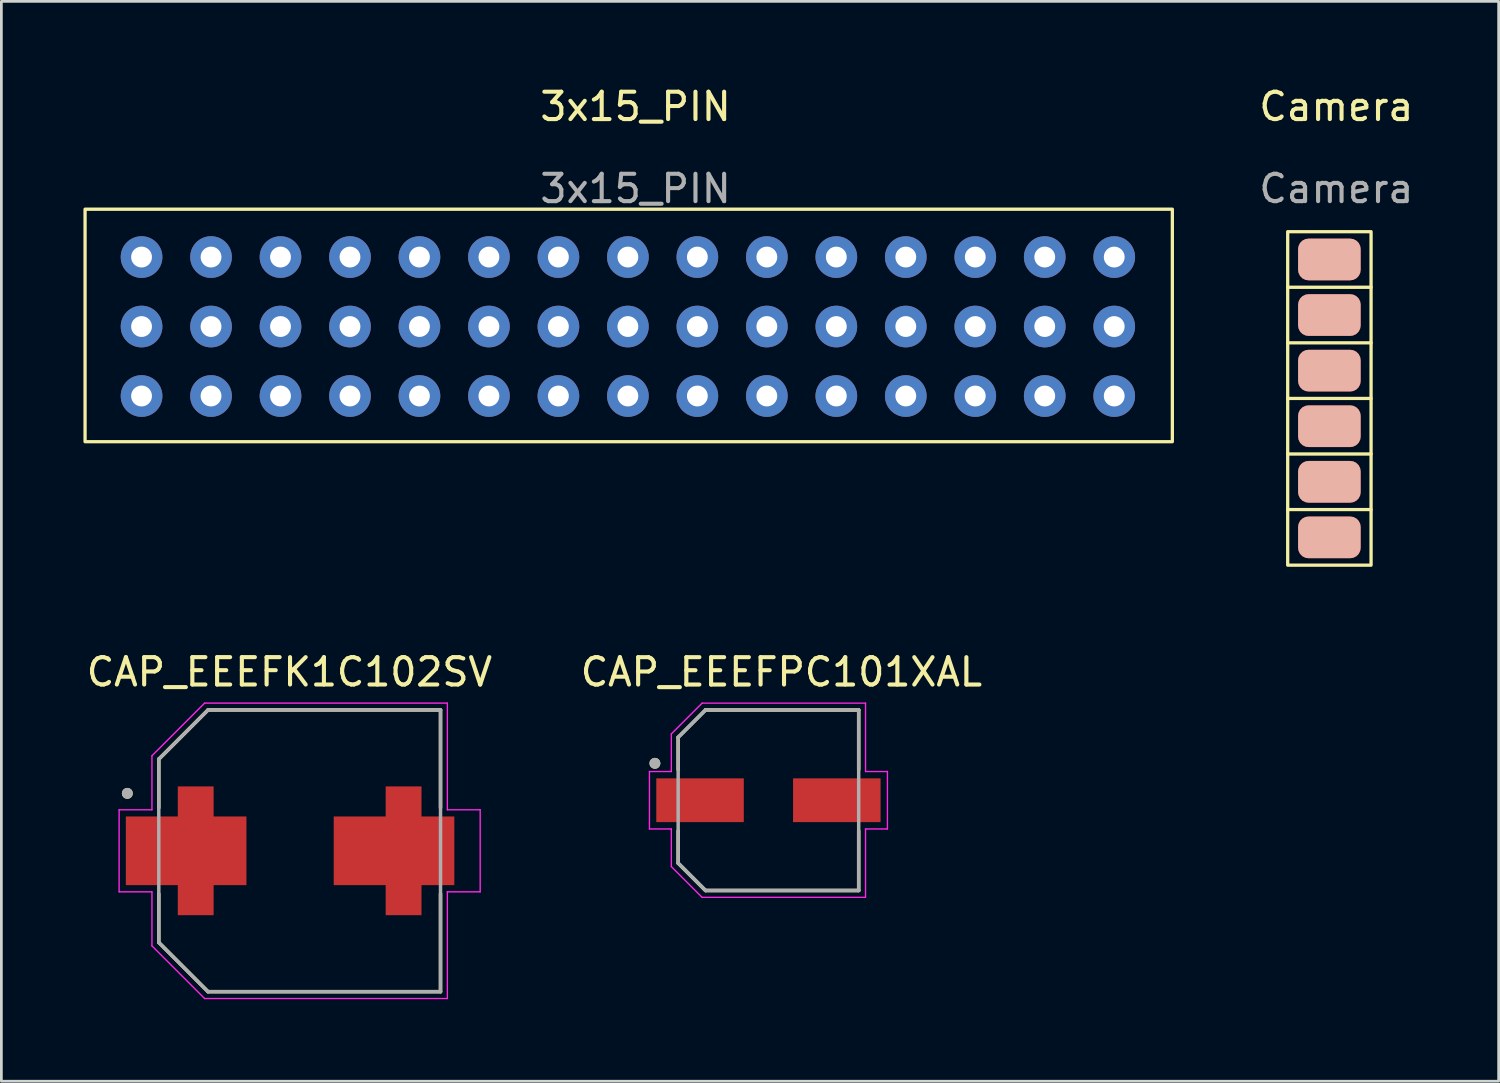
<source format=kicad_pcb>
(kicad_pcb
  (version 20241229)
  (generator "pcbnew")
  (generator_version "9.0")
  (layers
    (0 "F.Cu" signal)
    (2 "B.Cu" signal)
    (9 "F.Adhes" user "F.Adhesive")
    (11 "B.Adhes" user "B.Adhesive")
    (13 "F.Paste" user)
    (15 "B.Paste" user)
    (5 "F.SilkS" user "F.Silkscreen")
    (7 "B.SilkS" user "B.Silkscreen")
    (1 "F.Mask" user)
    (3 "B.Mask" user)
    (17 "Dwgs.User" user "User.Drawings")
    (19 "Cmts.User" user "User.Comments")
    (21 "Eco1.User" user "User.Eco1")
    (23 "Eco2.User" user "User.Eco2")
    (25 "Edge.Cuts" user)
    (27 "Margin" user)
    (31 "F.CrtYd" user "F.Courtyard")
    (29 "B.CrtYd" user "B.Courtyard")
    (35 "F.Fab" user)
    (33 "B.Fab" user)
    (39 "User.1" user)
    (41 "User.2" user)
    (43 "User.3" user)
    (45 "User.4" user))
  (footprint "CAP_EEEFK1C102SV"
    (layer "F.Cu")
    (at 7.905 28.055)
    (property "Reference" "CAP_EEEFK1C102SV" (at -0.375 -6.535 0) (layer "F.SilkS") (effects (font (size 1 1) (thickness 0.15))))
    (attr through_hole)
    (fp_poly (pts (xy -4.55 2.45) (xy -4.55 1.35) (xy -6.45 1.35) (xy -6.45 -1.35) (xy -4.55 -1.35) (xy -4.55 -2.45) (xy -3.05 -2.45) (xy -3.05 -1.35) (xy -1.85 -1.35) (xy -1.85 1.35) (xy -3.05 1.35) (xy -3.05 2.45)) (stroke (width 0.01) (type solid)) (fill yes) (layer "F.Mask"))
    (fp_poly (pts (xy 4.55 2.45) (xy 4.55 1.35) (xy 6.45 1.35) (xy 6.45 -1.35) (xy 4.55 -1.35) (xy 4.55 -2.45) (xy 3.05 -2.45) (xy 3.05 -1.35) (xy 1.85 -1.35) (xy 1.85 1.35) (xy 3.05 1.35) (xy 3.05 2.45)) (stroke (width 0.01) (type solid)) (fill yes) (layer "F.Mask"))
    (fp_line (start -5.15 -3.35) (end -5.15 -1.57) (stroke (width 0.127) (type solid)) (layer "F.SilkS"))
    (fp_line (start -5.15 1.57) (end -5.15 3.35) (stroke (width 0.127) (type solid)) (layer "F.SilkS"))
    (fp_line (start -5.15 3.35) (end -3.35 5.15) (stroke (width 0.127) (type solid)) (layer "F.SilkS"))
    (fp_line (start -3.35 -5.15) (end -5.15 -3.35) (stroke (width 0.127) (type solid)) (layer "F.SilkS"))
    (fp_line (start -3.35 5.15) (end 5.15 5.15) (stroke (width 0.127) (type solid)) (layer "F.SilkS"))
    (fp_line (start 5.15 -5.15) (end -3.35 -5.15) (stroke (width 0.127) (type solid)) (layer "F.SilkS"))
    (fp_line (start 5.15 -1.57) (end 5.15 -5.15) (stroke (width 0.127) (type solid)) (layer "F.SilkS"))
    (fp_line (start 5.15 5.15) (end 5.15 1.57) (stroke (width 0.127) (type solid)) (layer "F.SilkS"))
    (fp_circle (center -6.3 -2.1) (end -6.2 -2.1) (stroke (width 0.2) (type solid)) (fill no) (layer "F.SilkS"))
    (fp_poly (pts (xy -4.45 2.35) (xy -4.45 1.25) (xy -6.35 1.25) (xy -6.35 -1.25) (xy -4.45 -1.25) (xy -4.45 -2.35) (xy -3.15 -2.35) (xy -3.15 -1.25) (xy -1.95 -1.25) (xy -1.95 1.25) (xy -3.15 1.25) (xy -3.15 2.35)) (stroke (width 0.01) (type solid)) (fill yes) (layer "F.Paste"))
    (fp_poly (pts (xy 4.45 2.35) (xy 4.45 1.25) (xy 6.35 1.25) (xy 6.35 -1.25) (xy 4.45 -1.25) (xy 4.45 -2.35) (xy 3.15 -2.35) (xy 3.15 -1.25) (xy 1.95 -1.25) (xy 1.95 1.25) (xy 3.15 1.25) (xy 3.15 2.35)) (stroke (width 0.01) (type solid)) (fill yes) (layer "F.Paste"))
    (fp_line (start -6.6 -1.5) (end -5.4 -1.5) (stroke (width 0.05) (type solid)) (layer "F.CrtYd"))
    (fp_line (start -6.6 1.5) (end -6.6 -1.5) (stroke (width 0.05) (type solid)) (layer "F.CrtYd"))
    (fp_line (start -5.4 -3.475) (end -3.475 -5.4) (stroke (width 0.05) (type solid)) (layer "F.CrtYd"))
    (fp_line (start -5.4 -1.5) (end -5.4 -3.475) (stroke (width 0.05) (type solid)) (layer "F.CrtYd"))
    (fp_line (start -5.4 1.5) (end -6.6 1.5) (stroke (width 0.05) (type solid)) (layer "F.CrtYd"))
    (fp_line (start -5.4 3.475) (end -5.4 1.5) (stroke (width 0.05) (type solid)) (layer "F.CrtYd"))
    (fp_line (start -3.475 -5.4) (end 5.4 -5.4) (stroke (width 0.05) (type solid)) (layer "F.CrtYd"))
    (fp_line (start -3.475 5.4) (end -5.4 3.475) (stroke (width 0.05) (type solid)) (layer "F.CrtYd"))
    (fp_line (start 5.4 -5.4) (end 5.4 -1.5) (stroke (width 0.05) (type solid)) (layer "F.CrtYd"))
    (fp_line (start 5.4 -1.5) (end 6.6 -1.5) (stroke (width 0.05) (type solid)) (layer "F.CrtYd"))
    (fp_line (start 5.4 1.5) (end 5.4 5.4) (stroke (width 0.05) (type solid)) (layer "F.CrtYd"))
    (fp_line (start 5.4 5.4) (end -3.475 5.4) (stroke (width 0.05) (type solid)) (layer "F.CrtYd"))
    (fp_line (start 6.6 -1.5) (end 6.6 1.5) (stroke (width 0.05) (type solid)) (layer "F.CrtYd"))
    (fp_line (start 6.6 1.5) (end 5.4 1.5) (stroke (width 0.05) (type solid)) (layer "F.CrtYd"))
    (fp_line (start -5.15 -3.35) (end -5.15 3.35) (stroke (width 0.127) (type solid)) (layer "F.Fab"))
    (fp_line (start -5.15 3.35) (end -3.35 5.15) (stroke (width 0.127) (type solid)) (layer "F.Fab"))
    (fp_line (start -3.35 -5.15) (end -5.15 -3.35) (stroke (width 0.127) (type solid)) (layer "F.Fab"))
    (fp_line (start -3.35 5.15) (end 5.15 5.15) (stroke (width 0.127) (type solid)) (layer "F.Fab"))
    (fp_line (start 5.15 -5.15) (end -3.35 -5.15) (stroke (width 0.127) (type solid)) (layer "F.Fab"))
    (fp_line (start 5.15 5.15) (end 5.15 -5.15) (stroke (width 0.127) (type solid)) (layer "F.Fab"))
    (fp_circle (center -6.3 -2.1) (end -6.2 -2.1) (stroke (width 0.2) (type solid)) (fill no) (layer "F.Fab"))
    (pad "1" smd custom (at -3.8 0) (size 2 2) (layers "F.Cu") (options (anchor rect)) (primitives (gr_poly (pts (xy -0.65 2.35) (xy -0.65 1.25) (xy -2.55 1.25) (xy -2.55 -1.25) (xy -0.65 -1.25) (xy -0.65 -2.35) (xy 0.65 -2.35) (xy 0.65 -1.25) (xy 1.85 -1.25) (xy 1.85 1.25) (xy 0.65 1.25) (xy 0.65 2.35)) (width 0.01) (fill yes))))
    (pad "2" smd custom (at 3.8 0 180) (size 2 2) (layers "F.Cu") (options (anchor rect)) (primitives (gr_poly (pts (xy 0.65 2.35) (xy 0.65 1.25) (xy 2.55 1.25) (xy 2.55 -1.25) (xy 0.65 -1.25) (xy 0.65 -2.35) (xy -0.65 -2.35) (xy -0.65 -1.25) (xy -1.85 -1.25) (xy -1.85 1.25) (xy -0.65 1.25) (xy -0.65 2.35)) (width 0.01) (fill yes)))))
  (footprint "Camera"
    (layer "F.Cu")
    (at 45.805 12.786)
    (property "Reference" "Camera" (at 0 -11.938 0) (unlocked yes) (layer "F.SilkS") (effects (font (size 1 1) (thickness 0.15))))
    (attr smd)
    (fp_line (start -1.778 -5.334) (end 1.27 -5.334) (stroke (width 0.12) (type solid)) (layer "F.SilkS"))
    (fp_line (start -1.778 -1.27) (end 1.27 -1.27) (stroke (width 0.12) (type solid)) (layer "F.SilkS"))
    (fp_line (start -1.778 2.794) (end 1.27 2.794) (stroke (width 0.12) (type solid)) (layer "F.SilkS"))
    (fp_line (start 1.27 -3.302) (end -1.778 -3.302) (stroke (width 0.12) (type solid)) (layer "F.SilkS"))
    (fp_line (start 1.27 0.762) (end -1.778 0.762) (stroke (width 0.12) (type solid)) (layer "F.SilkS"))
    (fp_rect (start -1.778 -7.366) (end 1.27 4.826) (stroke (width 0.12) (type solid)) (fill no) (layer "F.SilkS"))
    (fp_text user "${REFERENCE}" (at 0 -8.938 0) (unlocked yes) (layer "F.Fab") (effects (font (size 1 1) (thickness 0.15))))
    (pad "1" smd roundrect (at -0.254 -6.35) (size 2.286 1.524) (layers "F.Cu" "F.Mask" "B.SilkS" "F.Paste") (roundrect_rratio 0.25))
    (pad "2" smd roundrect (at -0.254 -4.318) (size 2.286 1.524) (layers "F.Cu" "F.Mask" "B.SilkS" "F.Paste") (roundrect_rratio 0.25))
    (pad "3" smd roundrect (at -0.254 -2.286) (size 2.286 1.524) (layers "F.Cu" "F.Mask" "B.SilkS" "F.Paste") (roundrect_rratio 0.25))
    (pad "4" smd roundrect (at -0.254 -0.254) (size 2.286 1.524) (layers "F.Cu" "F.Mask" "B.SilkS" "F.Paste") (roundrect_rratio 0.25))
    (pad "5" smd roundrect (at -0.254 1.778) (size 2.286 1.524) (layers "F.Cu" "F.Mask" "B.SilkS" "F.Paste") (roundrect_rratio 0.25))
    (pad "6" smd roundrect (at -0.254 3.81) (size 2.286 1.524) (layers "F.Cu" "F.Mask" "B.SilkS" "F.Paste") (roundrect_rratio 0.25)))
  (footprint "CAP_EEEFPC101XAL"
    (layer "F.Cu")
    (at 25.043 26.206)
    (property "Reference" "CAP_EEEFPC101XAL" (at 0.475 -4.685 0) (layer "F.SilkS") (effects (font (size 1 1) (thickness 0.15))))
    (attr through_hole)
    (fp_line (start -3.3 -2.3) (end -3.3 -1.12) (stroke (width 0.127) (type solid)) (layer "F.SilkS"))
    (fp_line (start -3.3 1.12) (end -3.3 2.3) (stroke (width 0.127) (type solid)) (layer "F.SilkS"))
    (fp_line (start -3.3 2.3) (end -2.3 3.3) (stroke (width 0.127) (type solid)) (layer "F.SilkS"))
    (fp_line (start -2.3 -3.3) (end -3.3 -2.3) (stroke (width 0.127) (type solid)) (layer "F.SilkS"))
    (fp_line (start -2.3 3.3) (end 3.3 3.3) (stroke (width 0.127) (type solid)) (layer "F.SilkS"))
    (fp_line (start 3.3 -3.3) (end -2.3 -3.3) (stroke (width 0.127) (type solid)) (layer "F.SilkS"))
    (fp_line (start 3.3 -1.12) (end 3.3 -3.3) (stroke (width 0.127) (type solid)) (layer "F.SilkS"))
    (fp_line (start 3.3 3.3) (end 3.3 1.12) (stroke (width 0.127) (type solid)) (layer "F.SilkS"))
    (fp_circle (center -4.15 -1.35) (end -4.05 -1.35) (stroke (width 0.2) (type solid)) (fill no) (layer "F.SilkS"))
    (fp_line (start -4.35 -1.05) (end -3.55 -1.05) (stroke (width 0.05) (type solid)) (layer "F.CrtYd"))
    (fp_line (start -4.35 1.05) (end -4.35 -1.05) (stroke (width 0.05) (type solid)) (layer "F.CrtYd"))
    (fp_line (start -3.55 -2.425) (end -2.425 -3.55) (stroke (width 0.05) (type solid)) (layer "F.CrtYd"))
    (fp_line (start -3.55 -1.05) (end -3.55 -2.425) (stroke (width 0.05) (type solid)) (layer "F.CrtYd"))
    (fp_line (start -3.55 1.05) (end -4.35 1.05) (stroke (width 0.05) (type solid)) (layer "F.CrtYd"))
    (fp_line (start -3.55 2.425) (end -3.55 1.05) (stroke (width 0.05) (type solid)) (layer "F.CrtYd"))
    (fp_line (start -2.425 -3.55) (end 3.55 -3.55) (stroke (width 0.05) (type solid)) (layer "F.CrtYd"))
    (fp_line (start -2.425 3.55) (end -3.55 2.425) (stroke (width 0.05) (type solid)) (layer "F.CrtYd"))
    (fp_line (start 3.55 -3.55) (end 3.55 -1.05) (stroke (width 0.05) (type solid)) (layer "F.CrtYd"))
    (fp_line (start 3.55 -1.05) (end 4.35 -1.05) (stroke (width 0.05) (type solid)) (layer "F.CrtYd"))
    (fp_line (start 3.55 1.05) (end 3.55 3.55) (stroke (width 0.05) (type solid)) (layer "F.CrtYd"))
    (fp_line (start 3.55 3.55) (end -2.425 3.55) (stroke (width 0.05) (type solid)) (layer "F.CrtYd"))
    (fp_line (start 4.35 -1.05) (end 4.35 1.05) (stroke (width 0.05) (type solid)) (layer "F.CrtYd"))
    (fp_line (start 4.35 1.05) (end 3.55 1.05) (stroke (width 0.05) (type solid)) (layer "F.CrtYd"))
    (fp_line (start -3.3 -2.3) (end -3.3 2.3) (stroke (width 0.127) (type solid)) (layer "F.Fab"))
    (fp_line (start -3.3 2.3) (end -2.3 3.3) (stroke (width 0.127) (type solid)) (layer "F.Fab"))
    (fp_line (start -2.3 -3.3) (end -3.3 -2.3) (stroke (width 0.127) (type solid)) (layer "F.Fab"))
    (fp_line (start -2.3 3.3) (end 3.3 3.3) (stroke (width 0.127) (type solid)) (layer "F.Fab"))
    (fp_line (start 3.3 -3.3) (end -2.3 -3.3) (stroke (width 0.127) (type solid)) (layer "F.Fab"))
    (fp_line (start 3.3 3.3) (end 3.3 -3.3) (stroke (width 0.127) (type solid)) (layer "F.Fab"))
    (fp_circle (center -4.15 -1.35) (end -4.05 -1.35) (stroke (width 0.2) (type solid)) (fill no) (layer "F.Fab"))
    (pad "1" smd rect (at -2.5 0) (size 3.2 1.6) (layers "F.Cu" "F.Mask" "F.Paste"))
    (pad "2" smd rect (at 2.5 0) (size 3.2 1.6) (layers "F.Cu" "F.Mask" "F.Paste")))
  (footprint "3x15_PIN"
    (layer "F.Cu")
    (at 19.935 8.848)
    (property "Reference" "3x15_PIN" (at 0.25 -8 0) (unlocked yes) (layer "F.SilkS") (effects (font (size 1 1) (thickness 0.15))))
    (attr through_hole)
    (fp_rect (start -19.875 -4.25) (end 19.875 4.25) (stroke (width 0.12) (type solid)) (fill no) (layer "F.SilkS"))
    (fp_text user "${REFERENCE}" (at 0.25 -5 0) (unlocked yes) (layer "F.Fab") (effects (font (size 1 1) (thickness 0.15))))
    (pad "1" thru_hole circle (at -17.81 -2.5) (size 1.524 1.524) (drill 0.762) (layers "*.Cu" "*.Mask"))
    (pad "2" thru_hole circle (at -15.27 -2.5) (size 1.524 1.524) (drill 0.762) (layers "*.Cu" "*.Mask"))
    (pad "3" thru_hole circle (at -12.73 -2.5) (size 1.524 1.524) (drill 0.762) (layers "*.Cu" "*.Mask"))
    (pad "4" thru_hole circle (at -10.19 -2.5) (size 1.524 1.524) (drill 0.762) (layers "*.Cu" "*.Mask"))
    (pad "5" thru_hole circle (at -7.65 -2.5) (size 1.524 1.524) (drill 0.762) (layers "*.Cu" "*.Mask"))
    (pad "6" thru_hole circle (at -5.11 -2.5) (size 1.524 1.524) (drill 0.762) (layers "*.Cu" "*.Mask"))
    (pad "7" thru_hole circle (at -2.57 -2.5) (size 1.524 1.524) (drill 0.762) (layers "*.Cu" "*.Mask"))
    (pad "8" thru_hole circle (at -0.03 -2.5) (size 1.524 1.524) (drill 0.762) (layers "*.Cu" "*.Mask"))
    (pad "9" thru_hole circle (at 2.51 -2.5) (size 1.524 1.524) (drill 0.762) (layers "*.Cu" "*.Mask"))
    (pad "10" thru_hole circle (at 5.05 -2.5) (size 1.524 1.524) (drill 0.762) (layers "*.Cu" "*.Mask"))
    (pad "11" thru_hole circle (at 7.59 -2.5) (size 1.524 1.524) (drill 0.762) (layers "*.Cu" "*.Mask"))
    (pad "12" thru_hole circle (at 10.13 -2.5) (size 1.524 1.524) (drill 0.762) (layers "*.Cu" "*.Mask"))
    (pad "13" thru_hole circle (at 12.67 -2.5) (size 1.524 1.524) (drill 0.762) (layers "*.Cu" "*.Mask"))
    (pad "14" thru_hole circle (at 15.21 -2.5) (size 1.524 1.524) (drill 0.762) (layers "*.Cu" "*.Mask"))
    (pad "15" thru_hole circle (at 17.75 -2.5) (size 1.524 1.524) (drill 0.762) (layers "*.Cu" "*.Mask"))
    (pad "16" thru_hole circle (at -17.81 0.04) (size 1.524 1.524) (drill 0.762) (layers "*.Cu" "*.Mask"))
    (pad "17" thru_hole circle (at -15.27 0.04) (size 1.524 1.524) (drill 0.762) (layers "*.Cu" "*.Mask"))
    (pad "18" thru_hole circle (at -12.73 0.04) (size 1.524 1.524) (drill 0.762) (layers "*.Cu" "*.Mask"))
    (pad "19" thru_hole circle (at -10.19 0.04) (size 1.524 1.524) (drill 0.762) (layers "*.Cu" "*.Mask"))
    (pad "20" thru_hole circle (at -7.65 0.04) (size 1.524 1.524) (drill 0.762) (layers "*.Cu" "*.Mask"))
    (pad "21" thru_hole circle (at -5.11 0.04) (size 1.524 1.524) (drill 0.762) (layers "*.Cu" "*.Mask"))
    (pad "22" thru_hole circle (at -2.57 0.04) (size 1.524 1.524) (drill 0.762) (layers "*.Cu" "*.Mask"))
    (pad "23" thru_hole circle (at -0.03 0.04) (size 1.524 1.524) (drill 0.762) (layers "*.Cu" "*.Mask"))
    (pad "24" thru_hole circle (at 2.51 0.04) (size 1.524 1.524) (drill 0.762) (layers "*.Cu" "*.Mask"))
    (pad "25" thru_hole circle (at 5.05 0.04) (size 1.524 1.524) (drill 0.762) (layers "*.Cu" "*.Mask"))
    (pad "26" thru_hole circle (at 7.59 0.04) (size 1.524 1.524) (drill 0.762) (layers "*.Cu" "*.Mask"))
    (pad "27" thru_hole circle (at 10.13 0.04) (size 1.524 1.524) (drill 0.762) (layers "*.Cu" "*.Mask"))
    (pad "28" thru_hole circle (at 12.67 0.04) (size 1.524 1.524) (drill 0.762) (layers "*.Cu" "*.Mask"))
    (pad "29" thru_hole circle (at 15.21 0.04) (size 1.524 1.524) (drill 0.762) (layers "*.Cu" "*.Mask"))
    (pad "30" thru_hole circle (at 17.75 0.04) (size 1.524 1.524) (drill 0.762) (layers "*.Cu" "*.Mask"))
    (pad "31" thru_hole circle (at -17.81 2.58) (size 1.524 1.524) (drill 0.762) (layers "*.Cu" "*.Mask"))
    (pad "32" thru_hole circle (at -15.27 2.58) (size 1.524 1.524) (drill 0.762) (layers "*.Cu" "*.Mask"))
    (pad "33" thru_hole circle (at -12.73 2.58) (size 1.524 1.524) (drill 0.762) (layers "*.Cu" "*.Mask"))
    (pad "34" thru_hole circle (at -10.19 2.58) (size 1.524 1.524) (drill 0.762) (layers "*.Cu" "*.Mask"))
    (pad "35" thru_hole circle (at -7.65 2.58) (size 1.524 1.524) (drill 0.762) (layers "*.Cu" "*.Mask"))
    (pad "36" thru_hole circle (at -5.11 2.58) (size 1.524 1.524) (drill 0.762) (layers "*.Cu" "*.Mask"))
    (pad "37" thru_hole circle (at -2.57 2.58) (size 1.524 1.524) (drill 0.762) (layers "*.Cu" "*.Mask"))
    (pad "38" thru_hole circle (at -0.03 2.58) (size 1.524 1.524) (drill 0.762) (layers "*.Cu" "*.Mask"))
    (pad "39" thru_hole circle (at 2.51 2.58) (size 1.524 1.524) (drill 0.762) (layers "*.Cu" "*.Mask"))
    (pad "40" thru_hole circle (at 5.05 2.58) (size 1.524 1.524) (drill 0.762) (layers "*.Cu" "*.Mask"))
    (pad "41" thru_hole circle (at 7.59 2.58) (size 1.524 1.524) (drill 0.762) (layers "*.Cu" "*.Mask"))
    (pad "42" thru_hole circle (at 10.13 2.58) (size 1.524 1.524) (drill 0.762) (layers "*.Cu" "*.Mask"))
    (pad "43" thru_hole circle (at 12.67 2.58) (size 1.524 1.524) (drill 0.762) (layers "*.Cu" "*.Mask"))
    (pad "44" thru_hole circle (at 15.21 2.58) (size 1.524 1.524) (drill 0.762) (layers "*.Cu" "*.Mask"))
    (pad "45" thru_hole circle (at 17.75 2.58) (size 1.524 1.524) (drill 0.762) (layers "*.Cu" "*.Mask")))
  (gr_rect
    (start -3 -3)
    (end 51.739 36.48)
    (stroke (width 0.1) (type default))
    (fill no)
    (layer "Edge.Cuts")))
</source>
